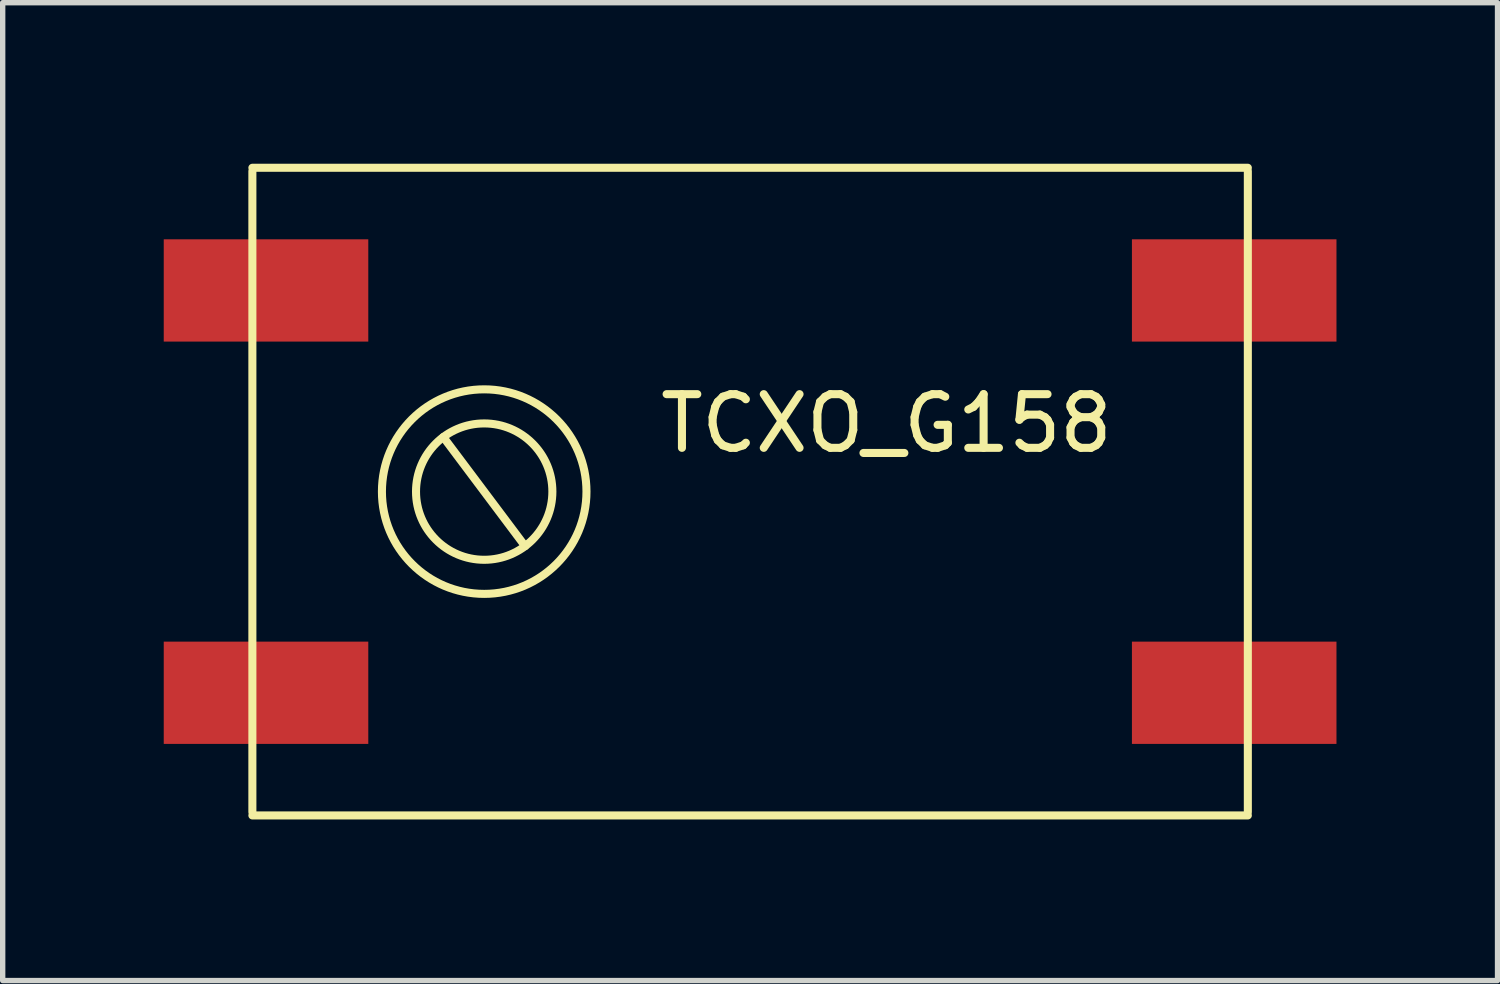
<source format=kicad_pcb>
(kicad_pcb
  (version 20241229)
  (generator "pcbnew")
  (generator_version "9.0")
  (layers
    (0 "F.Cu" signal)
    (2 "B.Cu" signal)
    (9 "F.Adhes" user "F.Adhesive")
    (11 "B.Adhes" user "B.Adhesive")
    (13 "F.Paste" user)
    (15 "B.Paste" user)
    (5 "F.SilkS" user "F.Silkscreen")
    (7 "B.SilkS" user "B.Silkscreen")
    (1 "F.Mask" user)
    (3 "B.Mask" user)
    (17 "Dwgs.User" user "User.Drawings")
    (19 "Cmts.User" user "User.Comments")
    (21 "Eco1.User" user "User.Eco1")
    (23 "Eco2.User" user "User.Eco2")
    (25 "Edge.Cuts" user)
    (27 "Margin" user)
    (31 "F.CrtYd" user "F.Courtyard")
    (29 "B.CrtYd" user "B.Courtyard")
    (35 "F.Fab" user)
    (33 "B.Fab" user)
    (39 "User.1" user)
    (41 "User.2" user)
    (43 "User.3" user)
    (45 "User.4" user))
  (footprint "TCXO_G158"
    (layer "F.Cu")
    (at 10.922 6.107)
    (property "Reference" "TCXO_G158" (at 2.54 -1.27 0) (layer "F.SilkS") (effects (font (size 1 1) (thickness 0.15))))
    (attr smd)
    (fp_line (start -9.271 -6.032) (end 9.271 -6.032) (stroke (width 0.15) (type solid)) (layer "F.SilkS"))
    (fp_line (start -9.271 5.969) (end -9.271 -5.969) (stroke (width 0.15) (type solid)) (layer "F.SilkS"))
    (fp_line (start -5.715 -1.016) (end -4.191 1.016) (stroke (width 0.15) (type solid)) (layer "F.SilkS"))
    (fp_line (start 9.271 -5.969) (end 9.271 5.969) (stroke (width 0.15) (type solid)) (layer "F.SilkS"))
    (fp_line (start 9.271 6.032) (end -9.271 6.032) (stroke (width 0.15) (type solid)) (layer "F.SilkS"))
    (fp_circle (center -4.953 0) (end -3.683 0) (stroke (width 0.15) (type solid)) (fill no) (layer "F.SilkS"))
    (fp_circle (center -4.953 0) (end -3.048 0) (stroke (width 0.15) (type solid)) (fill no) (layer "F.SilkS"))
    (pad "1" smd rect (at -9.017 3.747) (size 3.81 1.905) (layers "F.Cu" "F.Mask" "F.Paste"))
    (pad "2" smd rect (at 9.017 3.747) (size 3.81 1.905) (layers "F.Cu" "F.Mask" "F.Paste"))
    (pad "3" smd rect (at 9.017 -3.747) (size 3.81 1.905) (layers "F.Cu" "F.Mask" "F.Paste"))
    (pad "4" smd rect (at -9.017 -3.747) (size 3.81 1.905) (layers "F.Cu" "F.Mask" "F.Paste")))
  (gr_rect
    (start -3 -3)
    (end 24.844 15.215)
    (stroke (width 0.1) (type default))
    (fill no)
    (layer "Edge.Cuts")))
</source>
